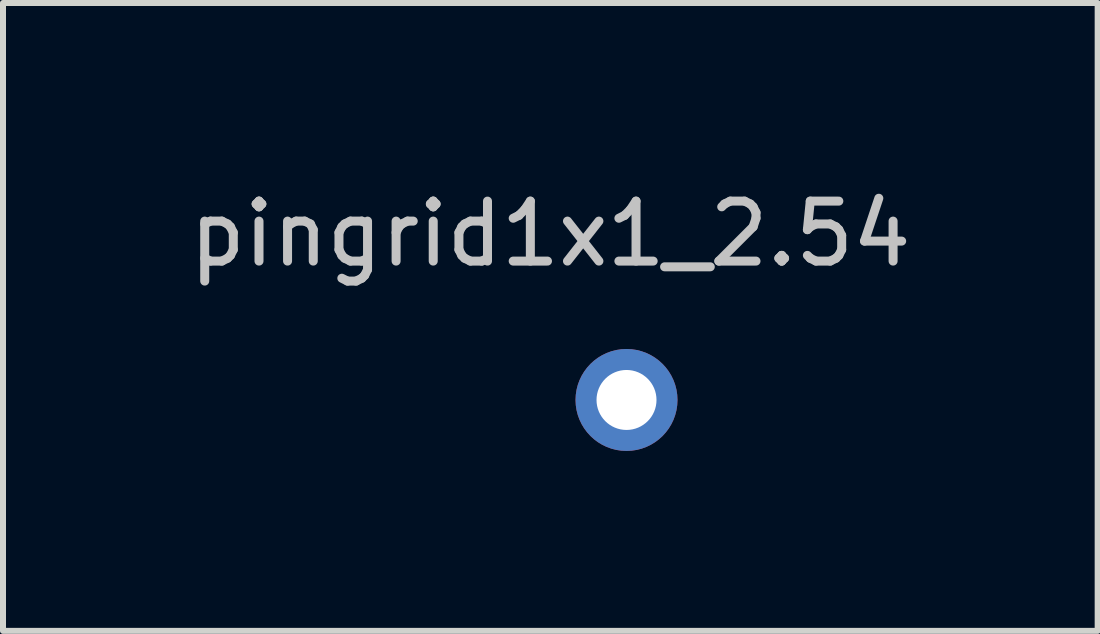
<source format=kicad_pcb>
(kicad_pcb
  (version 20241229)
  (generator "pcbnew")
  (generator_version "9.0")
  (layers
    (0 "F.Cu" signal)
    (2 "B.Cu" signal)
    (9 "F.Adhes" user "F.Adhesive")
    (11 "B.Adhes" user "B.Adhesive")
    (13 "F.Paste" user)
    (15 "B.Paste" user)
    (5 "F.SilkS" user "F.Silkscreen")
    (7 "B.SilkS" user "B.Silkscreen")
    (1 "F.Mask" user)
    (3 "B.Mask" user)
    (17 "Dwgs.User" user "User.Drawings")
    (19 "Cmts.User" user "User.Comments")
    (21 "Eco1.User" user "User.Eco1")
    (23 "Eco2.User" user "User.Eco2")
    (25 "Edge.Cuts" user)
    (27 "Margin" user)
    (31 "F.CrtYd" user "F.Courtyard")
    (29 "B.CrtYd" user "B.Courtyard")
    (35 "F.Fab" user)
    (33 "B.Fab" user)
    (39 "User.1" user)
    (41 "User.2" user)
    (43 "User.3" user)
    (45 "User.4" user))
  (footprint "pingrid1x1_2.54"
    (layer "F.Cu")
    (at 7.395 3.618)
    (property "Reference" "pingrid1x1_2.54" (at -1.27 -2.77 0) (layer "Dwgs.User") (effects (font (size 1 1) (thickness 0.15))))
    (attr through_hole)
    (pad "" thru_hole circle (at 0 0) (size 1.7 1.7) (drill 1) (layers "*.Cu" "*.Mask")))
  (gr_rect
    (start -3 -3)
    (end 15.25 7.468)
    (stroke (width 0.1) (type default))
    (fill no)
    (layer "Edge.Cuts")))
</source>
